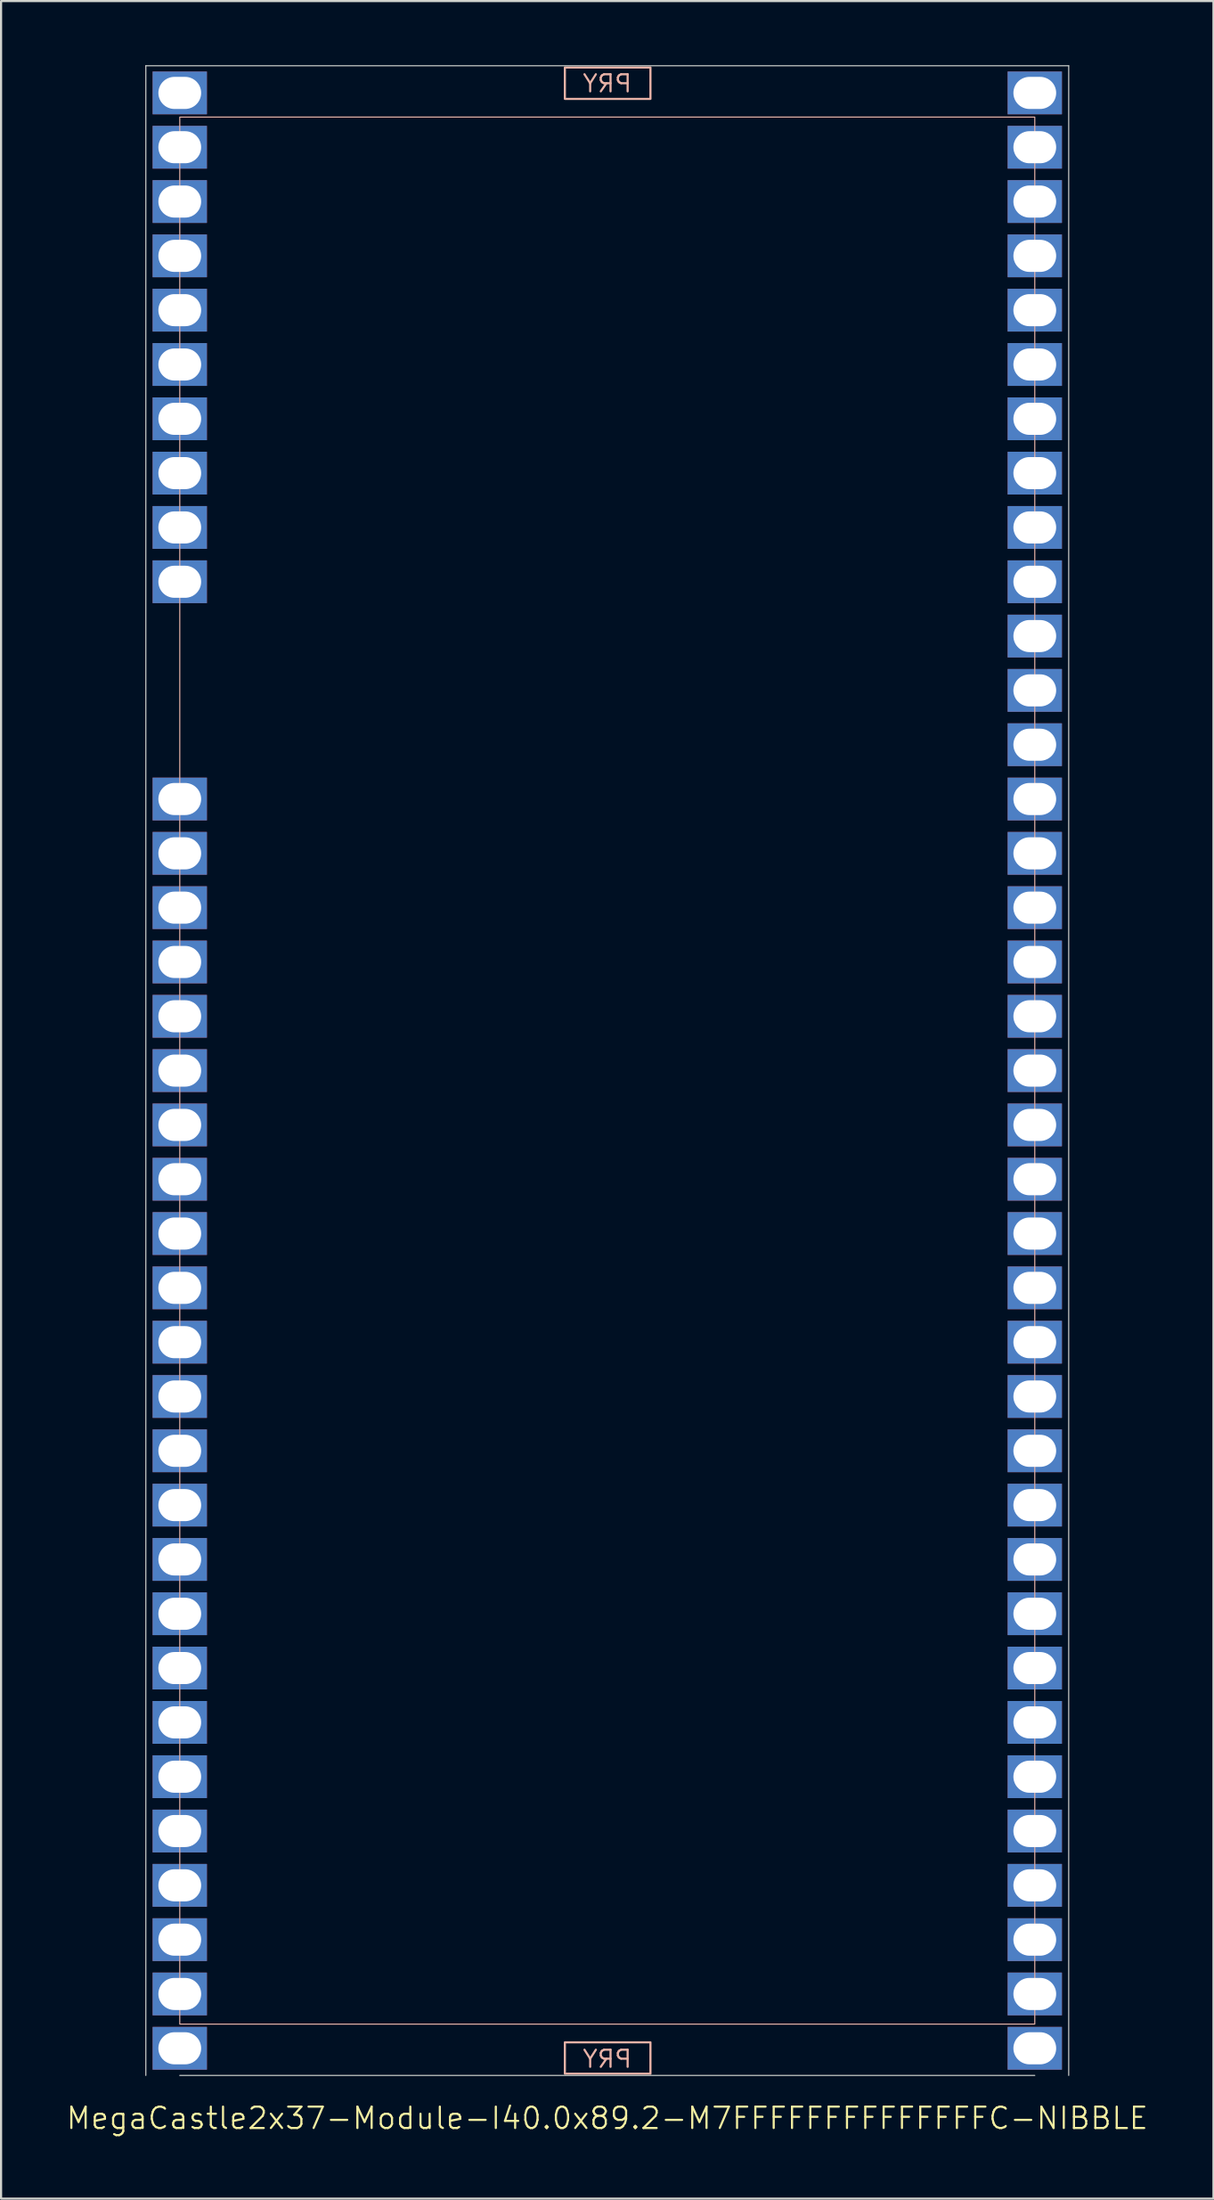
<source format=kicad_pcb>
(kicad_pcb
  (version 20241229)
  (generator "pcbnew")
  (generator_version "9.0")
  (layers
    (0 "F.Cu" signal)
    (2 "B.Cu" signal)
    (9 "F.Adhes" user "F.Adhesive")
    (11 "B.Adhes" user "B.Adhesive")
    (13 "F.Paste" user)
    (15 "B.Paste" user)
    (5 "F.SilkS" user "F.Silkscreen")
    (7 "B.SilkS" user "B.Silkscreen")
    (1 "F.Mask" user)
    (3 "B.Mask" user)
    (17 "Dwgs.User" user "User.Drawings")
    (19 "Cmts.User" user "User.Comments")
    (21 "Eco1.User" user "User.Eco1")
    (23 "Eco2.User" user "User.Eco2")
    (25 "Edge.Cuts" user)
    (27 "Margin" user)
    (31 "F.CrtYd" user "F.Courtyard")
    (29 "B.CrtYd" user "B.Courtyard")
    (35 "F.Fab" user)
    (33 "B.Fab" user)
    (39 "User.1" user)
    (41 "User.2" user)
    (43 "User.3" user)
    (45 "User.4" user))
  (footprint "MegaCastle2x37-Module-I40.0x89.2-M7FFFFFFFFFFFFFFC-NIBBLE"
    (layer "F.Cu")
    (at 25.36 47.015)
    (property "Reference" "MegaCastle2x37-Module-I40.0x89.2-M7FFFFFFFFFFFFFFC-NIBBLE" (at 0 48.99 0) (unlocked yes) (layer "F.SilkS") (effects (font (size 1 1) (thickness 0.1))))
    (attr smd)
    (fp_rect (start -20 44.59) (end 20 -44.59) (stroke (width 0.05) (type default)) (fill no) (layer "B.SilkS"))
    (fp_rect (start -1.984 -45.441) (end 2.02 -46.91) (stroke (width 0.1) (type default)) (fill no) (layer "B.SilkS"))
    (fp_rect (start -1.984 45.441) (end 2.02 46.91) (stroke (width 0.1) (type default)) (fill no) (layer "B.SilkS"))
    (fp_line (start -21.587 -46.99) (end -21.587 46.99) (stroke (width 0.05) (type default)) (layer "Edge.Cuts"))
    (fp_line (start -21.587 -46.99) (end 21.587 -46.99) (stroke (width 0.05) (type default)) (layer "Edge.Cuts"))
    (fp_line (start -20 46.99) (end 20 46.99) (stroke (width 0.05) (type default)) (layer "Edge.Cuts"))
    (fp_line (start 21.587 -46.99) (end 21.587 46.99) (stroke (width 0.05) (type default)) (layer "Edge.Cuts"))
    (fp_text user "PRY" (at 0 46.69 0) (unlocked yes) (layer "B.SilkS") (effects (font (size 0.8 0.8) (thickness 0.1)) (justify bottom mirror)))
    (fp_text user "PRY" (at 0 -45.69 0) (unlocked yes) (layer "B.SilkS") (effects (font (size 0.8 0.8) (thickness 0.1)) (justify bottom mirror)))
    (pad "1" thru_hole rect (at -20 -45.72) (size 2.54 2) (drill oval 2 1.5) (property pad_prop_castellated) (layers "*.Cu" "*.Mask"))
    (pad "2" thru_hole rect (at -20 -43.18) (size 2.54 2) (drill oval 2 1.5) (property pad_prop_castellated) (layers "*.Cu" "*.Mask"))
    (pad "3" thru_hole rect (at -20 -40.64) (size 2.54 2) (drill oval 2 1.5) (property pad_prop_castellated) (layers "*.Cu" "*.Mask"))
    (pad "4" thru_hole rect (at -20 -38.1) (size 2.54 2) (drill oval 2 1.5) (property pad_prop_castellated) (layers "*.Cu" "*.Mask"))
    (pad "5" thru_hole rect (at -20 -35.56) (size 2.54 2) (drill oval 2 1.5) (property pad_prop_castellated) (layers "*.Cu" "*.Mask"))
    (pad "6" thru_hole rect (at -20 -33.02) (size 2.54 2) (drill oval 2 1.5) (property pad_prop_castellated) (layers "*.Cu" "*.Mask"))
    (pad "7" thru_hole rect (at -20 -30.48) (size 2.54 2) (drill oval 2 1.5) (property pad_prop_castellated) (layers "*.Cu" "*.Mask"))
    (pad "8" thru_hole rect (at -20 -27.94) (size 2.54 2) (drill oval 2 1.5) (property pad_prop_castellated) (layers "*.Cu" "*.Mask"))
    (pad "9" thru_hole rect (at -20 -25.4) (size 2.54 2) (drill oval 2 1.5) (property pad_prop_castellated) (layers "*.Cu" "*.Mask"))
    (pad "10" thru_hole rect (at -20 -22.86) (size 2.54 2) (drill oval 2 1.5) (property pad_prop_castellated) (layers "*.Cu" "*.Mask"))
    (pad "14" thru_hole rect (at -20 -12.7) (size 2.54 2) (drill oval 2 1.5) (property pad_prop_castellated) (layers "*.Cu" "*.Mask"))
    (pad "15" thru_hole rect (at -20 -10.16) (size 2.54 2) (drill oval 2 1.5) (property pad_prop_castellated) (layers "*.Cu" "*.Mask"))
    (pad "16" thru_hole rect (at -20 -7.62) (size 2.54 2) (drill oval 2 1.5) (property pad_prop_castellated) (layers "*.Cu" "*.Mask"))
    (pad "17" thru_hole rect (at -20 -5.08) (size 2.54 2) (drill oval 2 1.5) (property pad_prop_castellated) (layers "*.Cu" "*.Mask"))
    (pad "18" thru_hole rect (at -20 -2.54) (size 2.54 2) (drill oval 2 1.5) (property pad_prop_castellated) (layers "*.Cu" "*.Mask"))
    (pad "19" thru_hole rect (at -20 0) (size 2.54 2) (drill oval 2 1.5) (property pad_prop_castellated) (layers "*.Cu" "*.Mask"))
    (pad "20" thru_hole rect (at -20 2.54) (size 2.54 2) (drill oval 2 1.5) (property pad_prop_castellated) (layers "*.Cu" "*.Mask"))
    (pad "21" thru_hole rect (at -20 5.08) (size 2.54 2) (drill oval 2 1.5) (property pad_prop_castellated) (layers "*.Cu" "*.Mask"))
    (pad "22" thru_hole rect (at -20 7.62) (size 2.54 2) (drill oval 2 1.5) (property pad_prop_castellated) (layers "*.Cu" "*.Mask"))
    (pad "23" thru_hole rect (at -20 10.16) (size 2.54 2) (drill oval 2 1.5) (property pad_prop_castellated) (layers "*.Cu" "*.Mask"))
    (pad "24" thru_hole rect (at -20 12.7) (size 2.54 2) (drill oval 2 1.5) (property pad_prop_castellated) (layers "*.Cu" "*.Mask"))
    (pad "25" thru_hole rect (at -20 15.24) (size 2.54 2) (drill oval 2 1.5) (property pad_prop_castellated) (layers "*.Cu" "*.Mask"))
    (pad "26" thru_hole rect (at -20 17.78) (size 2.54 2) (drill oval 2 1.5) (property pad_prop_castellated) (layers "*.Cu" "*.Mask"))
    (pad "27" thru_hole rect (at -20 20.32) (size 2.54 2) (drill oval 2 1.5) (property pad_prop_castellated) (layers "*.Cu" "*.Mask"))
    (pad "28" thru_hole rect (at -20 22.86) (size 2.54 2) (drill oval 2 1.5) (property pad_prop_castellated) (layers "*.Cu" "*.Mask"))
    (pad "29" thru_hole rect (at -20 25.4) (size 2.54 2) (drill oval 2 1.5) (property pad_prop_castellated) (layers "*.Cu" "*.Mask"))
    (pad "30" thru_hole rect (at -20 27.94) (size 2.54 2) (drill oval 2 1.5) (property pad_prop_castellated) (layers "*.Cu" "*.Mask"))
    (pad "31" thru_hole rect (at -20 30.48) (size 2.54 2) (drill oval 2 1.5) (property pad_prop_castellated) (layers "*.Cu" "*.Mask"))
    (pad "32" thru_hole rect (at -20 33.02) (size 2.54 2) (drill oval 2 1.5) (property pad_prop_castellated) (layers "*.Cu" "*.Mask"))
    (pad "33" thru_hole rect (at -20 35.56) (size 2.54 2) (drill oval 2 1.5) (property pad_prop_castellated) (layers "*.Cu" "*.Mask"))
    (pad "34" thru_hole rect (at -20 38.1) (size 2.54 2) (drill oval 2 1.5) (property pad_prop_castellated) (layers "*.Cu" "*.Mask"))
    (pad "35" thru_hole rect (at -20 40.64) (size 2.54 2) (drill oval 2 1.5) (property pad_prop_castellated) (layers "*.Cu" "*.Mask"))
    (pad "36" thru_hole rect (at -20 43.18) (size 2.54 2) (drill oval 2 1.5) (property pad_prop_castellated) (layers "*.Cu" "*.Mask"))
    (pad "37" thru_hole rect (at -20 45.72) (size 2.54 2) (drill oval 2 1.5) (property pad_prop_castellated) (layers "*.Cu" "*.Mask"))
    (pad "38" thru_hole rect (at 20 -45.72) (size 2.54 2) (drill oval 2 1.5) (property pad_prop_castellated) (layers "*.Cu" "*.Mask"))
    (pad "39" thru_hole rect (at 20 -43.18) (size 2.54 2) (drill oval 2 1.5) (property pad_prop_castellated) (layers "*.Cu" "*.Mask"))
    (pad "40" thru_hole rect (at 20 -40.64) (size 2.54 2) (drill oval 2 1.5) (property pad_prop_castellated) (layers "*.Cu" "*.Mask"))
    (pad "41" thru_hole rect (at 20 -38.1) (size 2.54 2) (drill oval 2 1.5) (property pad_prop_castellated) (layers "*.Cu" "*.Mask"))
    (pad "42" thru_hole rect (at 20 -35.56) (size 2.54 2) (drill oval 2 1.5) (property pad_prop_castellated) (layers "*.Cu" "*.Mask"))
    (pad "43" thru_hole rect (at 20 -33.02) (size 2.54 2) (drill oval 2 1.5) (property pad_prop_castellated) (layers "*.Cu" "*.Mask"))
    (pad "44" thru_hole rect (at 20 -30.48) (size 2.54 2) (drill oval 2 1.5) (property pad_prop_castellated) (layers "*.Cu" "*.Mask"))
    (pad "45" thru_hole rect (at 20 -27.94) (size 2.54 2) (drill oval 2 1.5) (property pad_prop_castellated) (layers "*.Cu" "*.Mask"))
    (pad "46" thru_hole rect (at 20 -25.4) (size 2.54 2) (drill oval 2 1.5) (property pad_prop_castellated) (layers "*.Cu" "*.Mask"))
    (pad "47" thru_hole rect (at 20 -22.86) (size 2.54 2) (drill oval 2 1.5) (property pad_prop_castellated) (layers "*.Cu" "*.Mask"))
    (pad "48" thru_hole rect (at 20 -20.32) (size 2.54 2) (drill oval 2 1.5) (property pad_prop_castellated) (layers "*.Cu" "*.Mask"))
    (pad "49" thru_hole rect (at 20 -17.78) (size 2.54 2) (drill oval 2 1.5) (property pad_prop_castellated) (layers "*.Cu" "*.Mask"))
    (pad "50" thru_hole rect (at 20 -15.24) (size 2.54 2) (drill oval 2 1.5) (property pad_prop_castellated) (layers "*.Cu" "*.Mask"))
    (pad "51" thru_hole rect (at 20 -12.7) (size 2.54 2) (drill oval 2 1.5) (property pad_prop_castellated) (layers "*.Cu" "*.Mask"))
    (pad "52" thru_hole rect (at 20 -10.16) (size 2.54 2) (drill oval 2 1.5) (property pad_prop_castellated) (layers "*.Cu" "*.Mask"))
    (pad "53" thru_hole rect (at 20 -7.62) (size 2.54 2) (drill oval 2 1.5) (property pad_prop_castellated) (layers "*.Cu" "*.Mask"))
    (pad "54" thru_hole rect (at 20 -5.08) (size 2.54 2) (drill oval 2 1.5) (property pad_prop_castellated) (layers "*.Cu" "*.Mask"))
    (pad "55" thru_hole rect (at 20 -2.54) (size 2.54 2) (drill oval 2 1.5) (property pad_prop_castellated) (layers "*.Cu" "*.Mask"))
    (pad "56" thru_hole rect (at 20 0) (size 2.54 2) (drill oval 2 1.5) (property pad_prop_castellated) (layers "*.Cu" "*.Mask"))
    (pad "57" thru_hole rect (at 20 2.54) (size 2.54 2) (drill oval 2 1.5) (property pad_prop_castellated) (layers "*.Cu" "*.Mask"))
    (pad "58" thru_hole rect (at 20 5.08) (size 2.54 2) (drill oval 2 1.5) (property pad_prop_castellated) (layers "*.Cu" "*.Mask"))
    (pad "59" thru_hole rect (at 20 7.62) (size 2.54 2) (drill oval 2 1.5) (property pad_prop_castellated) (layers "*.Cu" "*.Mask"))
    (pad "60" thru_hole rect (at 20 10.16) (size 2.54 2) (drill oval 2 1.5) (property pad_prop_castellated) (layers "*.Cu" "*.Mask"))
    (pad "61" thru_hole rect (at 20 12.7) (size 2.54 2) (drill oval 2 1.5) (property pad_prop_castellated) (layers "*.Cu" "*.Mask"))
    (pad "62" thru_hole rect (at 20 15.24) (size 2.54 2) (drill oval 2 1.5) (property pad_prop_castellated) (layers "*.Cu" "*.Mask"))
    (pad "63" thru_hole rect (at 20 17.78) (size 2.54 2) (drill oval 2 1.5) (property pad_prop_castellated) (layers "*.Cu" "*.Mask"))
    (pad "64" thru_hole rect (at 20 20.32) (size 2.54 2) (drill oval 2 1.5) (property pad_prop_castellated) (layers "*.Cu" "*.Mask"))
    (pad "65" thru_hole rect (at 20 22.86) (size 2.54 2) (drill oval 2 1.5) (property pad_prop_castellated) (layers "*.Cu" "*.Mask"))
    (pad "66" thru_hole rect (at 20 25.4) (size 2.54 2) (drill oval 2 1.5) (property pad_prop_castellated) (layers "*.Cu" "*.Mask"))
    (pad "67" thru_hole rect (at 20 27.94) (size 2.54 2) (drill oval 2 1.5) (property pad_prop_castellated) (layers "*.Cu" "*.Mask"))
    (pad "68" thru_hole rect (at 20 30.48) (size 2.54 2) (drill oval 2 1.5) (property pad_prop_castellated) (layers "*.Cu" "*.Mask"))
    (pad "69" thru_hole rect (at 20 33.02) (size 2.54 2) (drill oval 2 1.5) (property pad_prop_castellated) (layers "*.Cu" "*.Mask"))
    (pad "70" thru_hole rect (at 20 35.56) (size 2.54 2) (drill oval 2 1.5) (property pad_prop_castellated) (layers "*.Cu" "*.Mask"))
    (pad "71" thru_hole rect (at 20 38.1) (size 2.54 2) (drill oval 2 1.5) (property pad_prop_castellated) (layers "*.Cu" "*.Mask"))
    (pad "72" thru_hole rect (at 20 40.64) (size 2.54 2) (drill oval 2 1.5) (property pad_prop_castellated) (layers "*.Cu" "*.Mask"))
    (pad "73" thru_hole rect (at 20 43.18) (size 2.54 2) (drill oval 2 1.5) (property pad_prop_castellated) (layers "*.Cu" "*.Mask"))
    (pad "74" thru_hole rect (at 20 45.72) (size 2.54 2) (drill oval 2 1.5) (property pad_prop_castellated) (layers "*.Cu" "*.Mask"))
    (zone (net_name "") (layer "B.Cu") (hatch edge 0.5) (connect_pads) (min_thickness 0.25) (filled_areas_thickness no) (keepout (tracks allowed) (vias allowed) (pads allowed) (copperpour allowed) (footprints not_allowed)) (placement (enabled no)) (fill) (polygon (pts (xy 5.36 94.005) (xy 5.36 0.025))))
    (zone (net_name "") (layer "B.Cu") (hatch edge 0.5) (connect_pads) (min_thickness 0.25) (filled_areas_thickness no) (keepout (tracks allowed) (vias allowed) (pads allowed) (copperpour allowed) (footprints not_allowed)) (placement (enabled no)) (fill) (polygon (pts (xy 45.36 94.005) (xy 45.36 0.025))))
    (zone (net_name "") (layer "B.Cu") (hatch edge 0.5) (connect_pads) (min_thickness 0.25) (filled_areas_thickness no) (keepout (tracks allowed) (vias allowed) (pads allowed) (copperpour allowed) (footprints not_allowed)) (placement (enabled no)) (fill) (polygon (pts (xy 5.36 0.025) (xy 5.36 2.425) (xy 45.36 2.425) (xy 45.36 0.025))))
    (zone (net_name "") (layer "B.Cu") (hatch edge 0.5) (connect_pads) (min_thickness 0.25) (filled_areas_thickness no) (keepout (tracks allowed) (vias allowed) (pads allowed) (copperpour allowed) (footprints not_allowed)) (placement (enabled no)) (fill) (polygon (pts (xy 5.36 94.005) (xy 5.36 91.605) (xy 45.36 91.605) (xy 45.36 94.005))))
    (zone (net_name "") (layer "B.Cu") (name "Upper Pry Zone") (hatch edge 0.5) (connect_pads) (min_thickness 0.25) (filled_areas_thickness no) (keepout (tracks not_allowed) (vias not_allowed) (pads not_allowed) (copperpour allowed) (footprints not_allowed)) (placement (enabled no)) (fill) (polygon (pts (xy 23.375 1.574) (xy 23.375 0.105) (xy 27.379 0.105) (xy 27.379 1.574))))
    (zone (net_name "") (layer "B.Cu") (name "Upper Pry Zone") (hatch edge 0.5) (connect_pads) (min_thickness 0.25) (filled_areas_thickness no) (keepout (tracks not_allowed) (vias not_allowed) (pads not_allowed) (copperpour allowed) (footprints not_allowed)) (placement (enabled no)) (fill) (polygon (pts (xy 23.375 92.456) (xy 23.375 93.925) (xy 27.379 93.925) (xy 27.379 92.456)))))
  (gr_rect
    (start -3 -3)
    (end 53.719 99.766)
    (stroke (width 0.1) (type default))
    (fill no)
    (layer "Edge.Cuts")))
</source>
